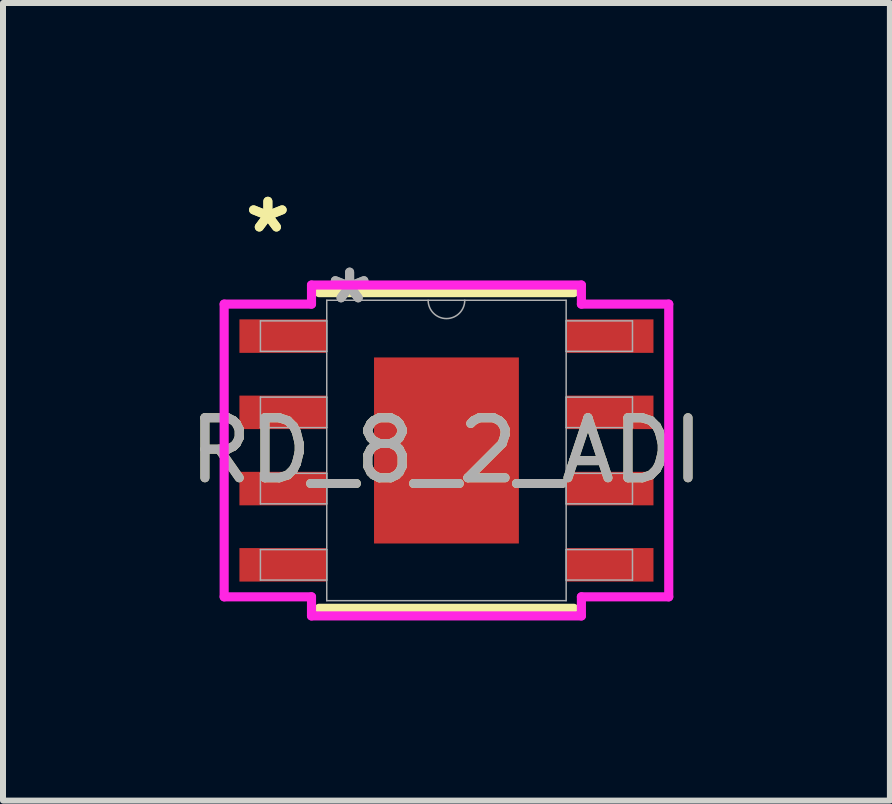
<source format=kicad_pcb>
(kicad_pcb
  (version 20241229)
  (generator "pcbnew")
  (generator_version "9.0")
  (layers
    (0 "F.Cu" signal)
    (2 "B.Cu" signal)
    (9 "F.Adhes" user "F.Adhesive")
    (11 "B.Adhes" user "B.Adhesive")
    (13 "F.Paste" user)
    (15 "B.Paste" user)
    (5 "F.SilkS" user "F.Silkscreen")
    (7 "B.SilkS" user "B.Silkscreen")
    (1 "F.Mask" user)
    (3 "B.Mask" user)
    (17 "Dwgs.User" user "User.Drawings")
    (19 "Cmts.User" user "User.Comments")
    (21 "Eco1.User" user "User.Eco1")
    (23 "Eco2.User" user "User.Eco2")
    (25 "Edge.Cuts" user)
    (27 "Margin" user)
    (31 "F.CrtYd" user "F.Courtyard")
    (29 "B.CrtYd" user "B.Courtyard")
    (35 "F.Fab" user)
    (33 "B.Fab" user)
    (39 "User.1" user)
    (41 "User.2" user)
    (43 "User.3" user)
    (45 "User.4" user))
  (footprint "RD_8_2_ADI"
    (layer "F.Cu")
    (at 4.387 4.454)
    (property "Reference" "RD_8_2_ADI" (at 0 0 0) (unlocked yes) (layer "F.SilkS") (effects (font (size 1 1) (thickness 0.15))))
    (attr smd)
    (fp_line (start -2.121 2.629) (end 2.121 2.629) (stroke (width 0.152) (type solid)) (layer "F.SilkS"))
    (fp_line (start 2.121 -2.629) (end -2.121 -2.629) (stroke (width 0.152) (type solid)) (layer "F.SilkS"))
    (fp_poly (pts (xy -1.107 -1.449) (xy -1.107 -0.1) (xy 1.107 -0.1) (xy 1.107 -1.449)) (stroke (width 0) (type solid)) (fill yes) (layer "F.Paste"))
    (fp_poly (pts (xy -1.107 0.1) (xy -1.107 1.449) (xy 1.107 1.449) (xy 1.107 0.1)) (stroke (width 0) (type solid)) (fill yes) (layer "F.Paste"))
    (fp_line (start -3.703 -2.438) (end -2.248 -2.438) (stroke (width 0.152) (type solid)) (layer "F.CrtYd"))
    (fp_line (start -3.703 2.438) (end -3.703 -2.438) (stroke (width 0.152) (type solid)) (layer "F.CrtYd"))
    (fp_line (start -3.703 2.438) (end -2.248 2.438) (stroke (width 0.152) (type solid)) (layer "F.CrtYd"))
    (fp_line (start -2.248 -2.756) (end 2.248 -2.756) (stroke (width 0.152) (type solid)) (layer "F.CrtYd"))
    (fp_line (start -2.248 -2.438) (end -2.248 -2.756) (stroke (width 0.152) (type solid)) (layer "F.CrtYd"))
    (fp_line (start -2.248 2.756) (end -2.248 2.438) (stroke (width 0.152) (type solid)) (layer "F.CrtYd"))
    (fp_line (start 2.248 -2.756) (end 2.248 -2.438) (stroke (width 0.152) (type solid)) (layer "F.CrtYd"))
    (fp_line (start 2.248 2.438) (end 2.248 2.756) (stroke (width 0.152) (type solid)) (layer "F.CrtYd"))
    (fp_line (start 2.248 2.756) (end -2.248 2.756) (stroke (width 0.152) (type solid)) (layer "F.CrtYd"))
    (fp_line (start 3.703 -2.438) (end 2.248 -2.438) (stroke (width 0.152) (type solid)) (layer "F.CrtYd"))
    (fp_line (start 3.703 -2.438) (end 3.703 2.438) (stroke (width 0.152) (type solid)) (layer "F.CrtYd"))
    (fp_line (start 3.703 2.438) (end 2.248 2.438) (stroke (width 0.152) (type solid)) (layer "F.CrtYd"))
    (fp_line (start -3.099 -2.159) (end -3.099 -1.651) (stroke (width 0.025) (type solid)) (layer "F.Fab"))
    (fp_line (start -3.099 -1.651) (end -1.994 -1.651) (stroke (width 0.025) (type solid)) (layer "F.Fab"))
    (fp_line (start -3.099 -0.889) (end -3.099 -0.381) (stroke (width 0.025) (type solid)) (layer "F.Fab"))
    (fp_line (start -3.099 -0.381) (end -1.994 -0.381) (stroke (width 0.025) (type solid)) (layer "F.Fab"))
    (fp_line (start -3.099 0.381) (end -3.099 0.889) (stroke (width 0.025) (type solid)) (layer "F.Fab"))
    (fp_line (start -3.099 0.889) (end -1.994 0.889) (stroke (width 0.025) (type solid)) (layer "F.Fab"))
    (fp_line (start -3.099 1.651) (end -3.099 2.159) (stroke (width 0.025) (type solid)) (layer "F.Fab"))
    (fp_line (start -3.099 2.159) (end -1.994 2.159) (stroke (width 0.025) (type solid)) (layer "F.Fab"))
    (fp_line (start -1.994 -2.502) (end -1.994 2.502) (stroke (width 0.025) (type solid)) (layer "F.Fab"))
    (fp_line (start -1.994 -2.159) (end -3.099 -2.159) (stroke (width 0.025) (type solid)) (layer "F.Fab"))
    (fp_line (start -1.994 -1.651) (end -1.994 -2.159) (stroke (width 0.025) (type solid)) (layer "F.Fab"))
    (fp_line (start -1.994 -0.889) (end -3.099 -0.889) (stroke (width 0.025) (type solid)) (layer "F.Fab"))
    (fp_line (start -1.994 -0.381) (end -1.994 -0.889) (stroke (width 0.025) (type solid)) (layer "F.Fab"))
    (fp_line (start -1.994 0.381) (end -3.099 0.381) (stroke (width 0.025) (type solid)) (layer "F.Fab"))
    (fp_line (start -1.994 0.889) (end -1.994 0.381) (stroke (width 0.025) (type solid)) (layer "F.Fab"))
    (fp_line (start -1.994 1.651) (end -3.099 1.651) (stroke (width 0.025) (type solid)) (layer "F.Fab"))
    (fp_line (start -1.994 2.159) (end -1.994 1.651) (stroke (width 0.025) (type solid)) (layer "F.Fab"))
    (fp_line (start -1.994 2.502) (end 1.994 2.502) (stroke (width 0.025) (type solid)) (layer "F.Fab"))
    (fp_line (start 1.994 -2.502) (end -1.994 -2.502) (stroke (width 0.025) (type solid)) (layer "F.Fab"))
    (fp_line (start 1.994 -2.159) (end 1.994 -1.651) (stroke (width 0.025) (type solid)) (layer "F.Fab"))
    (fp_line (start 1.994 -1.651) (end 3.099 -1.651) (stroke (width 0.025) (type solid)) (layer "F.Fab"))
    (fp_line (start 1.994 -0.889) (end 1.994 -0.381) (stroke (width 0.025) (type solid)) (layer "F.Fab"))
    (fp_line (start 1.994 -0.381) (end 3.099 -0.381) (stroke (width 0.025) (type solid)) (layer "F.Fab"))
    (fp_line (start 1.994 0.381) (end 1.994 0.889) (stroke (width 0.025) (type solid)) (layer "F.Fab"))
    (fp_line (start 1.994 0.889) (end 3.099 0.889) (stroke (width 0.025) (type solid)) (layer "F.Fab"))
    (fp_line (start 1.994 1.651) (end 1.994 2.159) (stroke (width 0.025) (type solid)) (layer "F.Fab"))
    (fp_line (start 1.994 2.159) (end 3.099 2.159) (stroke (width 0.025) (type solid)) (layer "F.Fab"))
    (fp_line (start 1.994 2.502) (end 1.994 -2.502) (stroke (width 0.025) (type solid)) (layer "F.Fab"))
    (fp_line (start 3.099 -2.159) (end 1.994 -2.159) (stroke (width 0.025) (type solid)) (layer "F.Fab"))
    (fp_line (start 3.099 -1.651) (end 3.099 -2.159) (stroke (width 0.025) (type solid)) (layer "F.Fab"))
    (fp_line (start 3.099 -0.889) (end 1.994 -0.889) (stroke (width 0.025) (type solid)) (layer "F.Fab"))
    (fp_line (start 3.099 -0.381) (end 3.099 -0.889) (stroke (width 0.025) (type solid)) (layer "F.Fab"))
    (fp_line (start 3.099 0.381) (end 1.994 0.381) (stroke (width 0.025) (type solid)) (layer "F.Fab"))
    (fp_line (start 3.099 0.889) (end 3.099 0.381) (stroke (width 0.025) (type solid)) (layer "F.Fab"))
    (fp_line (start 3.099 1.651) (end 1.994 1.651) (stroke (width 0.025) (type solid)) (layer "F.Fab"))
    (fp_line (start 3.099 2.159) (end 3.099 1.651) (stroke (width 0.025) (type solid)) (layer "F.Fab"))
    (fp_arc (start 0.3048 -2.5019) (mid 0 -2.1971) (end -0.3048 -2.5019) (stroke (width 0.0254) (type solid)) (layer "F.Fab"))
    (fp_text user "*" (at -2.975 -3.606 0) (unlocked yes) (layer "F.SilkS") (effects (font (size 1 1) (thickness 0.15))))
    (fp_text user "*" (at -2.975 -3.606 0) (layer "F.SilkS") (effects (font (size 1 1) (thickness 0.15))))
    (fp_text user "*" (at -1.613 -2.426 0) (unlocked yes) (layer "F.Fab") (effects (font (size 1 1) (thickness 0.15))))
    (fp_text user "${REFERENCE}" (at 0 0 0) (unlocked yes) (layer "F.Fab") (effects (font (size 1 1) (thickness 0.15))))
    (fp_text user "*" (at -1.613 -2.426 0) (layer "F.Fab") (effects (font (size 1 1) (thickness 0.15))))
    (pad "1" smd rect (at -2.721 -1.905) (size 1.455 0.558) (layers "F.Cu" "F.Mask" "F.Paste"))
    (pad "2" smd rect (at -2.721 -0.635) (size 1.455 0.558) (layers "F.Cu" "F.Mask" "F.Paste"))
    (pad "3" smd rect (at -2.721 0.635) (size 1.455 0.558) (layers "F.Cu" "F.Mask" "F.Paste"))
    (pad "4" smd rect (at -2.721 1.905) (size 1.455 0.558) (layers "F.Cu" "F.Mask" "F.Paste"))
    (pad "5" smd rect (at 2.721 1.905) (size 1.455 0.558) (layers "F.Cu" "F.Mask" "F.Paste"))
    (pad "6" smd rect (at 2.721 0.635) (size 1.455 0.558) (layers "F.Cu" "F.Mask" "F.Paste"))
    (pad "7" smd rect (at 2.721 -0.635) (size 1.455 0.558) (layers "F.Cu" "F.Mask" "F.Paste"))
    (pad "8" smd rect (at 2.721 -1.905) (size 1.455 0.558) (layers "F.Cu" "F.Mask" "F.Paste"))
    (pad "EPAD" smd rect (at 0 0) (size 2.413 3.099) (layers "F.Cu" "F.Mask")))
  (gr_rect
    (start -3 -3)
    (end 11.774 10.286)
    (stroke (width 0.1) (type default))
    (fill no)
    (layer "Edge.Cuts")))
</source>
